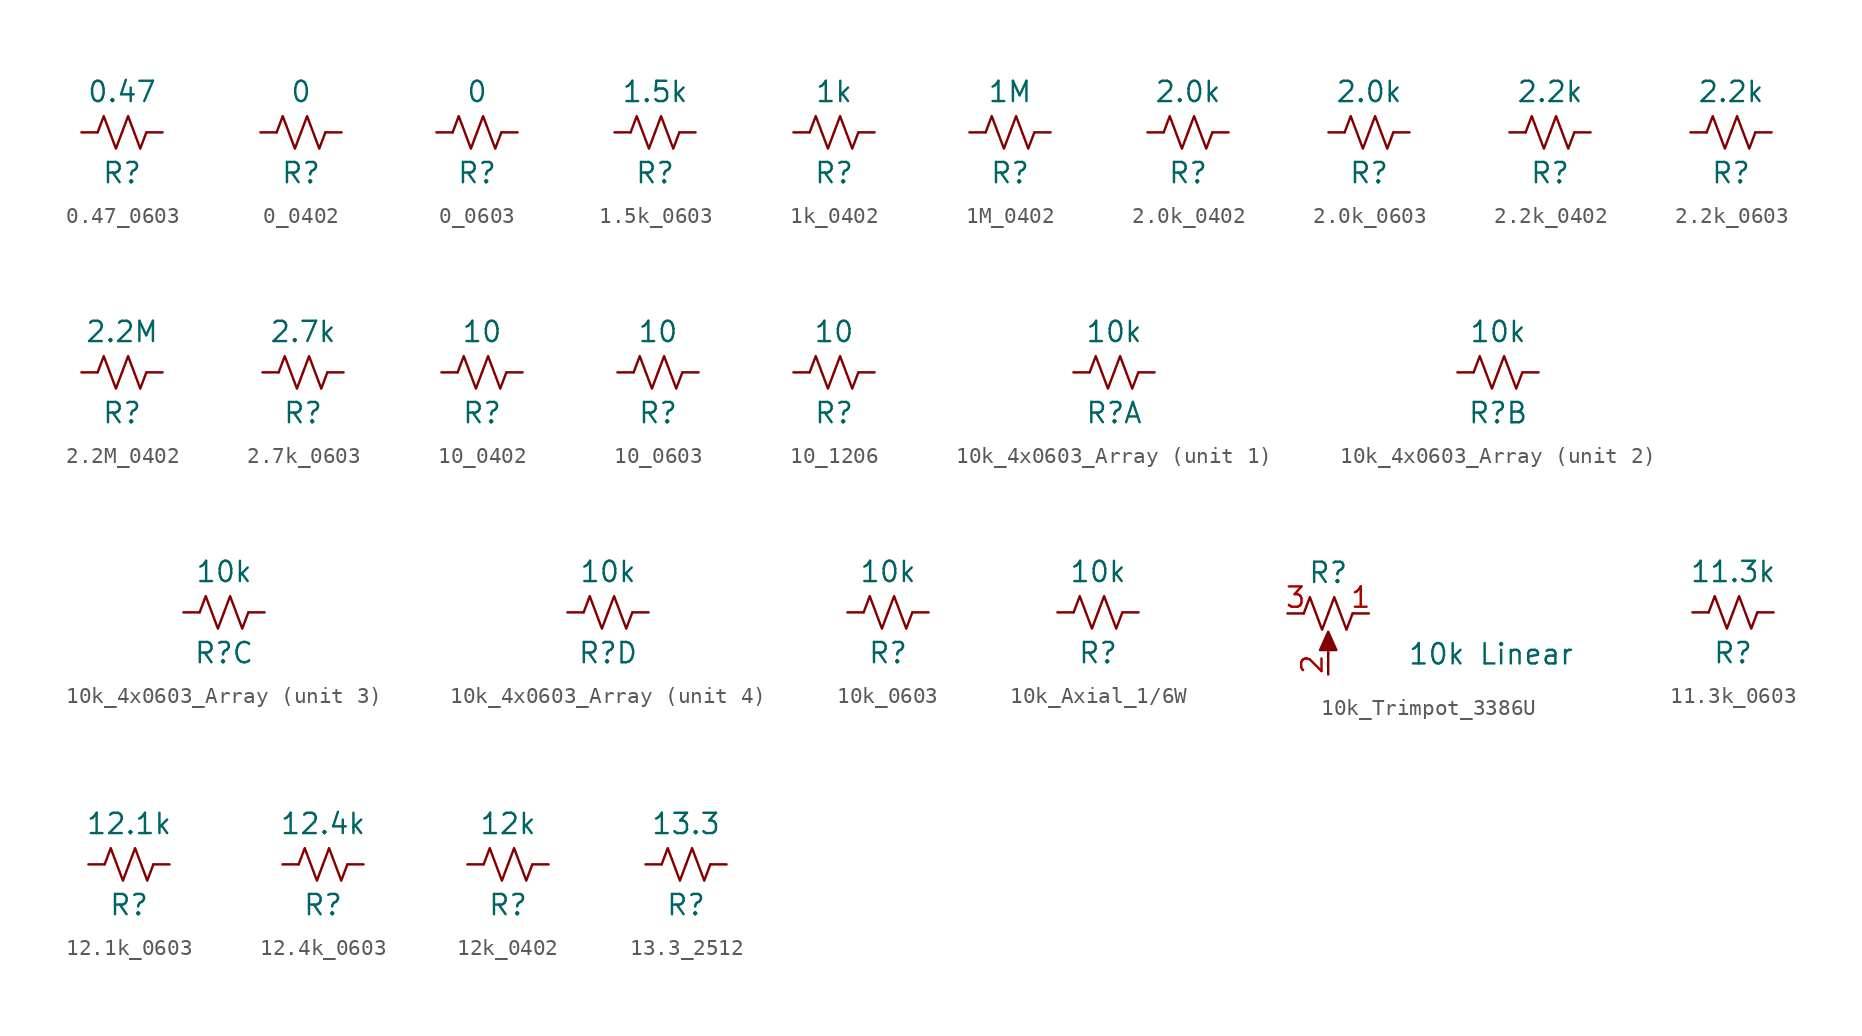
<source format=kicad_sym>
(kicad_symbol_lib
  (version 20241209)
  (generator "kicad_symbol_editor")
  (generator_version "9.0")
  (symbol "0.47_0603"
    (pin_numbers
      (hide yes))
    (pin_names
      (offset 0))
    (property "Reference" "R"
      (at 0 -2.54 0)
      (effects (font (size 1.27 1.27))))
    (property "Value" "0.47"
      (at 0 2.54 0)
      (effects (font (size 1.27 1.27))))
    (symbol "0.47_0603_0_1"
      (polyline (pts (xy -1.524 0) (xy -1.143 1.016) (xy -0.762 0) (xy -0.381 -1.016) (xy 0 0)) (stroke (width 0) (type default)) (fill (type none)))
      (polyline (pts (xy 0 0) (xy 0.381 1.016) (xy 0.762 0) (xy 1.143 -1.016) (xy 1.524 0)) (stroke (width 0) (type default)) (fill (type none))))
    (symbol "0.47_0603_1_1"
      (pin passive line (at -2.54 0 0) (length 1.016) (name "~" (effects (font (size 1.27 1.27)))) (number "1" (effects (font (size 1.27 1.27)))))
      (pin passive line (at 2.54 0 180) (length 1.016) (name "~" (effects (font (size 1.27 1.27)))) (number "2" (effects (font (size 1.27 1.27)))))))
  (symbol "0_0402"
    (pin_numbers
      (hide yes))
    (pin_names
      (offset 0))
    (property "Reference" "R"
      (at 0 -2.54 0)
      (effects (font (size 1.27 1.27))))
    (property "Value" "0"
      (at 0 2.54 0)
      (effects (font (size 1.27 1.27))))
    (symbol "0_0402_0_1"
      (polyline (pts (xy -1.524 0) (xy -1.143 1.016) (xy -0.762 0) (xy -0.381 -1.016) (xy 0 0)) (stroke (width 0) (type default)) (fill (type none)))
      (polyline (pts (xy 0 0) (xy 0.381 1.016) (xy 0.762 0) (xy 1.143 -1.016) (xy 1.524 0)) (stroke (width 0) (type default)) (fill (type none))))
    (symbol "0_0402_1_1"
      (pin passive line (at -2.54 0 0) (length 1.016) (name "~" (effects (font (size 1.27 1.27)))) (number "1" (effects (font (size 1.27 1.27)))))
      (pin passive line (at 2.54 0 180) (length 1.016) (name "~" (effects (font (size 1.27 1.27)))) (number "2" (effects (font (size 1.27 1.27)))))))
  (symbol "0_0603"
    (pin_numbers
      (hide yes))
    (pin_names
      (offset 0))
    (property "Reference" "R"
      (at 0 -2.54 0)
      (effects (font (size 1.27 1.27))))
    (property "Value" "0"
      (at 0 2.54 0)
      (effects (font (size 1.27 1.27))))
    (symbol "0_0603_0_1"
      (polyline (pts (xy -1.524 0) (xy -1.143 1.016) (xy -0.762 0) (xy -0.381 -1.016) (xy 0 0)) (stroke (width 0) (type default)) (fill (type none)))
      (polyline (pts (xy 0 0) (xy 0.381 1.016) (xy 0.762 0) (xy 1.143 -1.016) (xy 1.524 0)) (stroke (width 0) (type default)) (fill (type none))))
    (symbol "0_0603_1_1"
      (pin passive line (at -2.54 0 0) (length 1.016) (name "~" (effects (font (size 1.27 1.27)))) (number "1" (effects (font (size 1.27 1.27)))))
      (pin passive line (at 2.54 0 180) (length 1.016) (name "~" (effects (font (size 1.27 1.27)))) (number "2" (effects (font (size 1.27 1.27)))))))
  (symbol "1.5k_0603"
    (pin_numbers
      (hide yes))
    (pin_names
      (offset 0))
    (property "Reference" "R"
      (at 0 -2.54 0)
      (effects (font (size 1.27 1.27))))
    (property "Value" "1.5k"
      (at 0 2.54 0)
      (effects (font (size 1.27 1.27))))
    (symbol "1.5k_0603_0_1"
      (polyline (pts (xy -1.524 0) (xy -1.143 1.016) (xy -0.762 0) (xy -0.381 -1.016) (xy 0 0)) (stroke (width 0) (type default)) (fill (type none)))
      (polyline (pts (xy 0 0) (xy 0.381 1.016) (xy 0.762 0) (xy 1.143 -1.016) (xy 1.524 0)) (stroke (width 0) (type default)) (fill (type none))))
    (symbol "1.5k_0603_1_1"
      (pin passive line (at -2.54 0 0) (length 1.016) (name "~" (effects (font (size 1.27 1.27)))) (number "1" (effects (font (size 1.27 1.27)))))
      (pin passive line (at 2.54 0 180) (length 1.016) (name "~" (effects (font (size 1.27 1.27)))) (number "2" (effects (font (size 1.27 1.27)))))))
  (symbol "1k_0402"
    (pin_numbers
      (hide yes))
    (pin_names
      (offset 0))
    (property "Reference" "R"
      (at 0 -2.54 0)
      (effects (font (size 1.27 1.27))))
    (property "Value" "1k"
      (at 0 2.54 0)
      (effects (font (size 1.27 1.27))))
    (symbol "1k_0402_0_1"
      (polyline (pts (xy -1.524 0) (xy -1.143 1.016) (xy -0.762 0) (xy -0.381 -1.016) (xy 0 0)) (stroke (width 0) (type default)) (fill (type none)))
      (polyline (pts (xy 0 0) (xy 0.381 1.016) (xy 0.762 0) (xy 1.143 -1.016) (xy 1.524 0)) (stroke (width 0) (type default)) (fill (type none))))
    (symbol "1k_0402_1_1"
      (pin passive line (at -2.54 0 0) (length 1.016) (name "~" (effects (font (size 1.27 1.27)))) (number "1" (effects (font (size 1.27 1.27)))))
      (pin passive line (at 2.54 0 180) (length 1.016) (name "~" (effects (font (size 1.27 1.27)))) (number "2" (effects (font (size 1.27 1.27)))))))
  (symbol "1M_0402"
    (pin_numbers
      (hide yes))
    (pin_names
      (offset 0))
    (property "Reference" "R"
      (at 0 -2.54 0)
      (effects (font (size 1.27 1.27))))
    (property "Value" "1M"
      (at 0 2.54 0)
      (effects (font (size 1.27 1.27))))
    (symbol "1M_0402_0_1"
      (polyline (pts (xy -1.524 0) (xy -1.143 1.016) (xy -0.762 0) (xy -0.381 -1.016) (xy 0 0)) (stroke (width 0) (type default)) (fill (type none)))
      (polyline (pts (xy 0 0) (xy 0.381 1.016) (xy 0.762 0) (xy 1.143 -1.016) (xy 1.524 0)) (stroke (width 0) (type default)) (fill (type none))))
    (symbol "1M_0402_1_1"
      (pin passive line (at -2.54 0 0) (length 1.016) (name "~" (effects (font (size 1.27 1.27)))) (number "1" (effects (font (size 1.27 1.27)))))
      (pin passive line (at 2.54 0 180) (length 1.016) (name "~" (effects (font (size 1.27 1.27)))) (number "2" (effects (font (size 1.27 1.27)))))))
  (symbol "2.0k_0402"
    (pin_numbers
      (hide yes))
    (pin_names
      (offset 0))
    (property "Reference" "R"
      (at 0 -2.54 0)
      (effects (font (size 1.27 1.27))))
    (property "Value" "2.0k"
      (at 0 2.54 0)
      (effects (font (size 1.27 1.27))))
    (symbol "2.0k_0402_0_1"
      (polyline (pts (xy -1.524 0) (xy -1.143 1.016) (xy -0.762 0) (xy -0.381 -1.016) (xy 0 0)) (stroke (width 0) (type default)) (fill (type none)))
      (polyline (pts (xy 0 0) (xy 0.381 1.016) (xy 0.762 0) (xy 1.143 -1.016) (xy 1.524 0)) (stroke (width 0) (type default)) (fill (type none))))
    (symbol "2.0k_0402_1_1"
      (pin passive line (at -2.54 0 0) (length 1.016) (name "~" (effects (font (size 1.27 1.27)))) (number "1" (effects (font (size 1.27 1.27)))))
      (pin passive line (at 2.54 0 180) (length 1.016) (name "~" (effects (font (size 1.27 1.27)))) (number "2" (effects (font (size 1.27 1.27)))))))
  (symbol "2.0k_0603"
    (pin_numbers
      (hide yes))
    (pin_names
      (offset 0))
    (property "Reference" "R"
      (at 0 -2.54 0)
      (effects (font (size 1.27 1.27))))
    (property "Value" "2.0k"
      (at 0 2.54 0)
      (effects (font (size 1.27 1.27))))
    (symbol "2.0k_0603_0_1"
      (polyline (pts (xy -1.524 0) (xy -1.143 1.016) (xy -0.762 0) (xy -0.381 -1.016) (xy 0 0)) (stroke (width 0) (type default)) (fill (type none)))
      (polyline (pts (xy 0 0) (xy 0.381 1.016) (xy 0.762 0) (xy 1.143 -1.016) (xy 1.524 0)) (stroke (width 0) (type default)) (fill (type none))))
    (symbol "2.0k_0603_1_1"
      (pin passive line (at -2.54 0 0) (length 1.016) (name "~" (effects (font (size 1.27 1.27)))) (number "1" (effects (font (size 1.27 1.27)))))
      (pin passive line (at 2.54 0 180) (length 1.016) (name "~" (effects (font (size 1.27 1.27)))) (number "2" (effects (font (size 1.27 1.27)))))))
  (symbol "2.2k_0402"
    (pin_numbers
      (hide yes))
    (pin_names
      (offset 0))
    (property "Reference" "R"
      (at 0 -2.54 0)
      (effects (font (size 1.27 1.27))))
    (property "Value" "2.2k"
      (at 0 2.54 0)
      (effects (font (size 1.27 1.27))))
    (symbol "2.2k_0402_0_1"
      (polyline (pts (xy -1.524 0) (xy -1.143 1.016) (xy -0.762 0) (xy -0.381 -1.016) (xy 0 0)) (stroke (width 0) (type default)) (fill (type none)))
      (polyline (pts (xy 0 0) (xy 0.381 1.016) (xy 0.762 0) (xy 1.143 -1.016) (xy 1.524 0)) (stroke (width 0) (type default)) (fill (type none))))
    (symbol "2.2k_0402_1_1"
      (pin passive line (at -2.54 0 0) (length 1.016) (name "~" (effects (font (size 1.27 1.27)))) (number "1" (effects (font (size 1.27 1.27)))))
      (pin passive line (at 2.54 0 180) (length 1.016) (name "~" (effects (font (size 1.27 1.27)))) (number "2" (effects (font (size 1.27 1.27)))))))
  (symbol "2.2k_0603"
    (pin_numbers
      (hide yes))
    (pin_names
      (offset 0))
    (property "Reference" "R"
      (at 0 -2.54 0)
      (effects (font (size 1.27 1.27))))
    (property "Value" "2.2k"
      (at 0 2.54 0)
      (effects (font (size 1.27 1.27))))
    (symbol "2.2k_0603_0_1"
      (polyline (pts (xy -1.524 0) (xy -1.143 1.016) (xy -0.762 0) (xy -0.381 -1.016) (xy 0 0)) (stroke (width 0) (type default)) (fill (type none)))
      (polyline (pts (xy 0 0) (xy 0.381 1.016) (xy 0.762 0) (xy 1.143 -1.016) (xy 1.524 0)) (stroke (width 0) (type default)) (fill (type none))))
    (symbol "2.2k_0603_1_1"
      (pin passive line (at -2.54 0 0) (length 1.016) (name "~" (effects (font (size 1.27 1.27)))) (number "1" (effects (font (size 1.27 1.27)))))
      (pin passive line (at 2.54 0 180) (length 1.016) (name "~" (effects (font (size 1.27 1.27)))) (number "2" (effects (font (size 1.27 1.27)))))))
  (symbol "2.2M_0402"
    (pin_numbers
      (hide yes))
    (pin_names
      (offset 0))
    (property "Reference" "R"
      (at 0 -2.54 0)
      (effects (font (size 1.27 1.27))))
    (property "Value" "2.2M"
      (at 0 2.54 0)
      (effects (font (size 1.27 1.27))))
    (symbol "2.2M_0402_0_1"
      (polyline (pts (xy -1.524 0) (xy -1.143 1.016) (xy -0.762 0) (xy -0.381 -1.016) (xy 0 0)) (stroke (width 0) (type default)) (fill (type none)))
      (polyline (pts (xy 0 0) (xy 0.381 1.016) (xy 0.762 0) (xy 1.143 -1.016) (xy 1.524 0)) (stroke (width 0) (type default)) (fill (type none))))
    (symbol "2.2M_0402_1_1"
      (pin passive line (at -2.54 0 0) (length 1.016) (name "~" (effects (font (size 1.27 1.27)))) (number "1" (effects (font (size 1.27 1.27)))))
      (pin passive line (at 2.54 0 180) (length 1.016) (name "~" (effects (font (size 1.27 1.27)))) (number "2" (effects (font (size 1.27 1.27)))))))
  (symbol "2.7k_0603"
    (pin_numbers
      (hide yes))
    (pin_names
      (offset 0))
    (property "Reference" "R"
      (at 0 -2.54 0)
      (effects (font (size 1.27 1.27))))
    (property "Value" "2.7k"
      (at 0 2.54 0)
      (effects (font (size 1.27 1.27))))
    (symbol "2.7k_0603_0_1"
      (polyline (pts (xy -1.524 0) (xy -1.143 1.016) (xy -0.762 0) (xy -0.381 -1.016) (xy 0 0)) (stroke (width 0) (type default)) (fill (type none)))
      (polyline (pts (xy 0 0) (xy 0.381 1.016) (xy 0.762 0) (xy 1.143 -1.016) (xy 1.524 0)) (stroke (width 0) (type default)) (fill (type none))))
    (symbol "2.7k_0603_1_1"
      (pin passive line (at -2.54 0 0) (length 1.016) (name "~" (effects (font (size 1.27 1.27)))) (number "1" (effects (font (size 1.27 1.27)))))
      (pin passive line (at 2.54 0 180) (length 1.016) (name "~" (effects (font (size 1.27 1.27)))) (number "2" (effects (font (size 1.27 1.27)))))))
  (symbol "10_0402"
    (pin_numbers
      (hide yes))
    (pin_names
      (offset 0))
    (property "Reference" "R"
      (at 0 -2.54 0)
      (effects (font (size 1.27 1.27))))
    (property "Value" "10"
      (at 0 2.54 0)
      (effects (font (size 1.27 1.27))))
    (symbol "10_0402_0_1"
      (polyline (pts (xy -1.524 0) (xy -1.143 1.016) (xy -0.762 0) (xy -0.381 -1.016) (xy 0 0)) (stroke (width 0) (type default)) (fill (type none)))
      (polyline (pts (xy 0 0) (xy 0.381 1.016) (xy 0.762 0) (xy 1.143 -1.016) (xy 1.524 0)) (stroke (width 0) (type default)) (fill (type none))))
    (symbol "10_0402_1_1"
      (pin passive line (at -2.54 0 0) (length 1.016) (name "~" (effects (font (size 1.27 1.27)))) (number "1" (effects (font (size 1.27 1.27)))))
      (pin passive line (at 2.54 0 180) (length 1.016) (name "~" (effects (font (size 1.27 1.27)))) (number "2" (effects (font (size 1.27 1.27)))))))
  (symbol "10_0603"
    (pin_numbers
      (hide yes))
    (pin_names
      (offset 0))
    (property "Reference" "R"
      (at 0 -2.54 0)
      (effects (font (size 1.27 1.27))))
    (property "Value" "10"
      (at 0 2.54 0)
      (effects (font (size 1.27 1.27))))
    (symbol "10_0603_0_1"
      (polyline (pts (xy -1.524 0) (xy -1.143 1.016) (xy -0.762 0) (xy -0.381 -1.016) (xy 0 0)) (stroke (width 0) (type default)) (fill (type none)))
      (polyline (pts (xy 0 0) (xy 0.381 1.016) (xy 0.762 0) (xy 1.143 -1.016) (xy 1.524 0)) (stroke (width 0) (type default)) (fill (type none))))
    (symbol "10_0603_1_1"
      (pin passive line (at -2.54 0 0) (length 1.016) (name "~" (effects (font (size 1.27 1.27)))) (number "1" (effects (font (size 1.27 1.27)))))
      (pin passive line (at 2.54 0 180) (length 1.016) (name "~" (effects (font (size 1.27 1.27)))) (number "2" (effects (font (size 1.27 1.27)))))))
  (symbol "10_1206"
    (pin_numbers
      (hide yes))
    (pin_names
      (offset 0))
    (property "Reference" "R"
      (at 0 -2.54 0)
      (effects (font (size 1.27 1.27))))
    (property "Value" "10"
      (at 0 2.54 0)
      (effects (font (size 1.27 1.27))))
    (symbol "10_1206_0_1"
      (polyline (pts (xy -1.524 0) (xy -1.143 1.016) (xy -0.762 0) (xy -0.381 -1.016) (xy 0 0)) (stroke (width 0) (type default)) (fill (type none)))
      (polyline (pts (xy 0 0) (xy 0.381 1.016) (xy 0.762 0) (xy 1.143 -1.016) (xy 1.524 0)) (stroke (width 0) (type default)) (fill (type none))))
    (symbol "10_1206_1_1"
      (pin passive line (at -2.54 0 0) (length 1.016) (name "~" (effects (font (size 1.27 1.27)))) (number "1" (effects (font (size 1.27 1.27)))))
      (pin passive line (at 2.54 0 180) (length 1.016) (name "~" (effects (font (size 1.27 1.27)))) (number "2" (effects (font (size 1.27 1.27)))))))
  (symbol "10k_4x0603_Array"
    (pin_numbers
      (hide yes))
    (pin_names
      (offset 0))
    (property "Reference" "R"
      (at 0 -2.54 0)
      (effects (font (size 1.27 1.27))))
    (property "Value" "10k"
      (at 0 2.54 0)
      (effects (font (size 1.27 1.27))))
    (symbol "10k_4x0603_Array_0_1"
      (polyline (pts (xy -1.524 0) (xy -1.143 1.016) (xy -0.762 0) (xy -0.381 -1.016) (xy 0 0)) (stroke (width 0) (type default)) (fill (type none)))
      (polyline (pts (xy 0 0) (xy 0.381 1.016) (xy 0.762 0) (xy 1.143 -1.016) (xy 1.524 0)) (stroke (width 0) (type default)) (fill (type none))))
    (symbol "10k_4x0603_Array_1_1"
      (pin passive line (at -2.54 0 0) (length 1.016) (name "~" (effects (font (size 1.27 1.27)))) (number "1" (effects (font (size 1.27 1.27)))))
      (pin passive line (at 2.54 0 180) (length 1.016) (name "~" (effects (font (size 1.27 1.27)))) (number "2" (effects (font (size 1.27 1.27))))))
    (symbol "10k_4x0603_Array_2_1"
      (pin passive line (at -2.54 0 0) (length 1.016) (name "~" (effects (font (size 1.27 1.27)))) (number "3" (effects (font (size 1.27 1.27)))))
      (pin passive line (at 2.54 0 180) (length 1.016) (name "~" (effects (font (size 1.27 1.27)))) (number "4" (effects (font (size 1.27 1.27))))))
    (symbol "10k_4x0603_Array_3_1"
      (pin passive line (at -2.54 0 0) (length 1.016) (name "~" (effects (font (size 1.27 1.27)))) (number "5" (effects (font (size 1.27 1.27)))))
      (pin passive line (at 2.54 0 180) (length 1.016) (name "~" (effects (font (size 1.27 1.27)))) (number "6" (effects (font (size 1.27 1.27))))))
    (symbol "10k_4x0603_Array_4_1"
      (pin passive line (at -2.54 0 0) (length 1.016) (name "~" (effects (font (size 1.27 1.27)))) (number "7" (effects (font (size 1.27 1.27)))))
      (pin passive line (at 2.54 0 180) (length 1.016) (name "~" (effects (font (size 1.27 1.27)))) (number "8" (effects (font (size 1.27 1.27)))))))
  (symbol "10k_0603"
    (pin_numbers
      (hide yes))
    (pin_names
      (offset 0))
    (property "Reference" "R"
      (at 0 -2.54 0)
      (effects (font (size 1.27 1.27))))
    (property "Value" "10k"
      (at 0 2.54 0)
      (effects (font (size 1.27 1.27))))
    (symbol "10k_0603_0_1"
      (polyline (pts (xy -1.524 0) (xy -1.143 1.016) (xy -0.762 0) (xy -0.381 -1.016) (xy 0 0)) (stroke (width 0) (type default)) (fill (type none)))
      (polyline (pts (xy 0 0) (xy 0.381 1.016) (xy 0.762 0) (xy 1.143 -1.016) (xy 1.524 0)) (stroke (width 0) (type default)) (fill (type none))))
    (symbol "10k_0603_1_1"
      (pin passive line (at -2.54 0 0) (length 1.016) (name "~" (effects (font (size 1.27 1.27)))) (number "1" (effects (font (size 1.27 1.27)))))
      (pin passive line (at 2.54 0 180) (length 1.016) (name "~" (effects (font (size 1.27 1.27)))) (number "2" (effects (font (size 1.27 1.27)))))))
  (symbol "10k_Axial_1/6W"
    (pin_numbers
      (hide yes))
    (pin_names
      (offset 0))
    (property "Reference" "R"
      (at 0 -2.54 0)
      (effects (font (size 1.27 1.27))))
    (property "Value" "10k"
      (at 0 2.54 0)
      (effects (font (size 1.27 1.27))))
    (symbol "10k_Axial_1/6W_0_1"
      (polyline (pts (xy -1.524 0) (xy -1.143 1.016) (xy -0.762 0) (xy -0.381 -1.016) (xy 0 0)) (stroke (width 0) (type default)) (fill (type none)))
      (polyline (pts (xy 0 0) (xy 0.381 1.016) (xy 0.762 0) (xy 1.143 -1.016) (xy 1.524 0)) (stroke (width 0) (type default)) (fill (type none))))
    (symbol "10k_Axial_1/6W_1_1"
      (pin passive line (at -2.54 0 0) (length 1.016) (name "~" (effects (font (size 1.27 1.27)))) (number "1" (effects (font (size 1.27 1.27)))))
      (pin passive line (at 2.54 0 180) (length 1.016) (name "~" (effects (font (size 1.27 1.27)))) (number "2" (effects (font (size 1.27 1.27)))))))
  (symbol "10k_Trimpot_3386U"
    (pin_names
      (offset 1.016)
      (hide yes))
    (property "Reference" "R"
      (at 0 2.54 0)
      (effects (font (size 1.27 1.27))))
    (property "Value" "10k Linear"
      (at 10.16 -2.54 0)
      (effects (font (size 1.27 1.27))))
    (symbol "10k_Trimpot_3386U_0_1"
      (polyline (pts (xy 0 -1.143) (xy 0.508 -2.286) (xy -0.508 -2.286) (xy 0 -1.143)) (stroke (width 0) (type default)) (fill (type outline)))
      (polyline (pts (xy 0 -2.54) (xy 0 -1.524)) (stroke (width 0) (type default)) (fill (type none))))
    (symbol "10k_Trimpot_3386U_1_1"
      (polyline (pts (xy 0 0) (xy -0.381 -1.016) (xy -0.762 0) (xy -1.143 1.016) (xy -1.524 0)) (stroke (width 0) (type default)) (fill (type none)))
      (polyline (pts (xy 1.524 0) (xy 1.143 -1.016) (xy 0.762 0) (xy 0.381 1.016) (xy 0 0)) (stroke (width 0) (type default)) (fill (type none)))
      (pin passive line (at -2.54 0 0) (length 1.016) (name "~" (effects (font (size 1.27 1.27)))) (number "3" (effects (font (size 1.27 1.27)))))
      (pin passive line (at 0 -3.81 90) (length 1.27) (name "2" (effects (font (size 1.27 1.27)))) (number "2" (effects (font (size 1.27 1.27)))))
      (pin passive line (at 2.54 0 180) (length 1.016) (name "~" (effects (font (size 1.27 1.27)))) (number "1" (effects (font (size 1.27 1.27)))))))
  (symbol "11.3k_0603"
    (pin_numbers
      (hide yes))
    (pin_names
      (offset 0))
    (property "Reference" "R"
      (at 0 -2.54 0)
      (effects (font (size 1.27 1.27))))
    (property "Value" "11.3k"
      (at 0 2.54 0)
      (effects (font (size 1.27 1.27))))
    (symbol "11.3k_0603_0_1"
      (polyline (pts (xy -1.524 0) (xy -1.143 1.016) (xy -0.762 0) (xy -0.381 -1.016) (xy 0 0)) (stroke (width 0) (type default)) (fill (type none)))
      (polyline (pts (xy 0 0) (xy 0.381 1.016) (xy 0.762 0) (xy 1.143 -1.016) (xy 1.524 0)) (stroke (width 0) (type default)) (fill (type none))))
    (symbol "11.3k_0603_1_1"
      (pin passive line (at -2.54 0 0) (length 1.016) (name "~" (effects (font (size 1.27 1.27)))) (number "1" (effects (font (size 1.27 1.27)))))
      (pin passive line (at 2.54 0 180) (length 1.016) (name "~" (effects (font (size 1.27 1.27)))) (number "2" (effects (font (size 1.27 1.27)))))))
  (symbol "12.1k_0603"
    (pin_numbers
      (hide yes))
    (pin_names
      (offset 0))
    (property "Reference" "R"
      (at 0 -2.54 0)
      (effects (font (size 1.27 1.27))))
    (property "Value" "12.1k"
      (at 0 2.54 0)
      (effects (font (size 1.27 1.27))))
    (symbol "12.1k_0603_0_1"
      (polyline (pts (xy -1.524 0) (xy -1.143 1.016) (xy -0.762 0) (xy -0.381 -1.016) (xy 0 0)) (stroke (width 0) (type default)) (fill (type none)))
      (polyline (pts (xy 0 0) (xy 0.381 1.016) (xy 0.762 0) (xy 1.143 -1.016) (xy 1.524 0)) (stroke (width 0) (type default)) (fill (type none))))
    (symbol "12.1k_0603_1_1"
      (pin passive line (at -2.54 0 0) (length 1.016) (name "~" (effects (font (size 1.27 1.27)))) (number "1" (effects (font (size 1.27 1.27)))))
      (pin passive line (at 2.54 0 180) (length 1.016) (name "~" (effects (font (size 1.27 1.27)))) (number "2" (effects (font (size 1.27 1.27)))))))
  (symbol "12.4k_0603"
    (pin_numbers
      (hide yes))
    (pin_names
      (offset 0))
    (property "Reference" "R"
      (at 0 -2.54 0)
      (effects (font (size 1.27 1.27))))
    (property "Value" "12.4k"
      (at 0 2.54 0)
      (effects (font (size 1.27 1.27))))
    (symbol "12.4k_0603_0_1"
      (polyline (pts (xy -1.524 0) (xy -1.143 1.016) (xy -0.762 0) (xy -0.381 -1.016) (xy 0 0)) (stroke (width 0) (type default)) (fill (type none)))
      (polyline (pts (xy 0 0) (xy 0.381 1.016) (xy 0.762 0) (xy 1.143 -1.016) (xy 1.524 0)) (stroke (width 0) (type default)) (fill (type none))))
    (symbol "12.4k_0603_1_1"
      (pin passive line (at -2.54 0 0) (length 1.016) (name "~" (effects (font (size 1.27 1.27)))) (number "1" (effects (font (size 1.27 1.27)))))
      (pin passive line (at 2.54 0 180) (length 1.016) (name "~" (effects (font (size 1.27 1.27)))) (number "2" (effects (font (size 1.27 1.27)))))))
  (symbol "12k_0402"
    (pin_numbers
      (hide yes))
    (pin_names
      (offset 0))
    (property "Reference" "R"
      (at 0 -2.54 0)
      (effects (font (size 1.27 1.27))))
    (property "Value" "12k"
      (at 0 2.54 0)
      (effects (font (size 1.27 1.27))))
    (symbol "12k_0402_0_1"
      (polyline (pts (xy -1.524 0) (xy -1.143 1.016) (xy -0.762 0) (xy -0.381 -1.016) (xy 0 0)) (stroke (width 0) (type default)) (fill (type none)))
      (polyline (pts (xy 0 0) (xy 0.381 1.016) (xy 0.762 0) (xy 1.143 -1.016) (xy 1.524 0)) (stroke (width 0) (type default)) (fill (type none))))
    (symbol "12k_0402_1_1"
      (pin passive line (at -2.54 0 0) (length 1.016) (name "~" (effects (font (size 1.27 1.27)))) (number "1" (effects (font (size 1.27 1.27)))))
      (pin passive line (at 2.54 0 180) (length 1.016) (name "~" (effects (font (size 1.27 1.27)))) (number "2" (effects (font (size 1.27 1.27)))))))
  (symbol "13.3_2512"
    (pin_numbers
      (hide yes))
    (pin_names
      (offset 0))
    (property "Reference" "R"
      (at 0 -2.54 0)
      (effects (font (size 1.27 1.27))))
    (property "Value" "13.3"
      (at 0 2.54 0)
      (effects (font (size 1.27 1.27))))
    (symbol "13.3_2512_0_1"
      (polyline (pts (xy -1.524 0) (xy -1.143 1.016) (xy -0.762 0) (xy -0.381 -1.016) (xy 0 0)) (stroke (width 0) (type default)) (fill (type none)))
      (polyline (pts (xy 0 0) (xy 0.381 1.016) (xy 0.762 0) (xy 1.143 -1.016) (xy 1.524 0)) (stroke (width 0) (type default)) (fill (type none))))
    (symbol "13.3_2512_1_1"
      (pin passive line (at -2.54 0 0) (length 1.016) (name "~" (effects (font (size 1.27 1.27)))) (number "1" (effects (font (size 1.27 1.27)))))
      (pin passive line (at 2.54 0 180) (length 1.016) (name "~" (effects (font (size 1.27 1.27)))) (number "2" (effects (font (size 1.27 1.27))))))))
</source>
